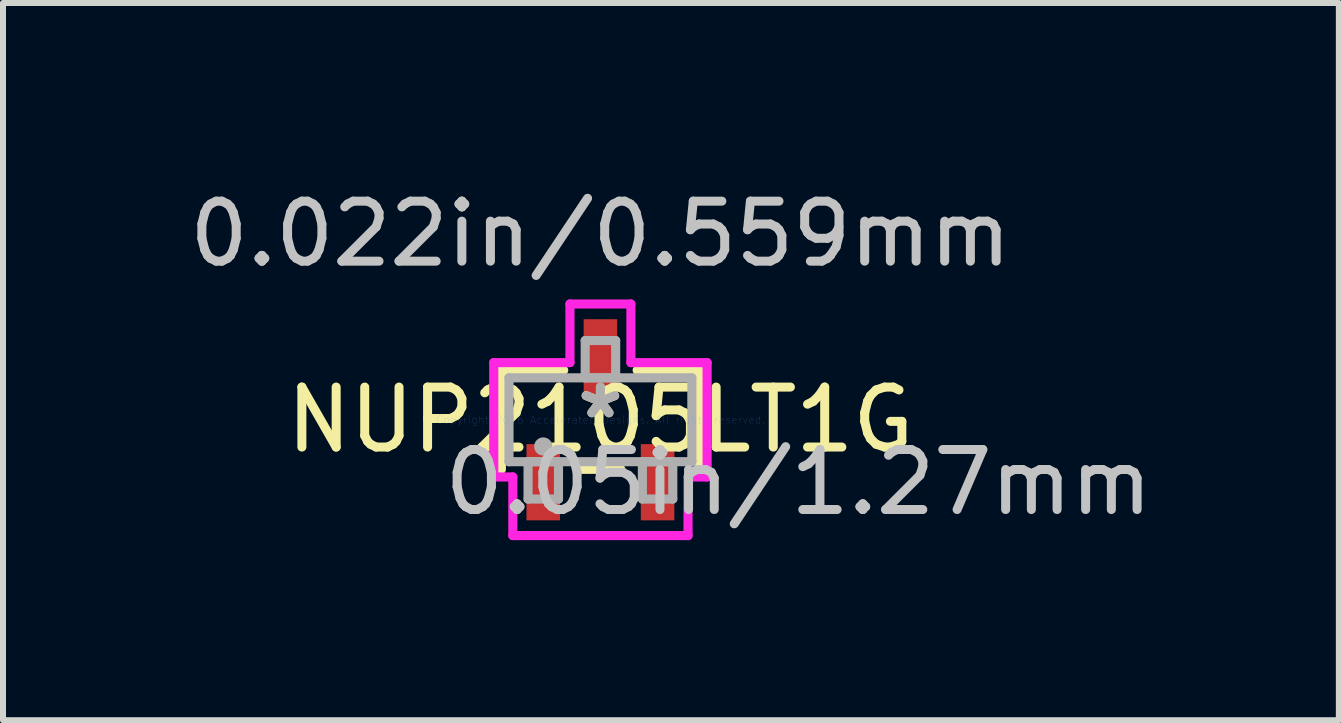
<source format=kicad_pcb>
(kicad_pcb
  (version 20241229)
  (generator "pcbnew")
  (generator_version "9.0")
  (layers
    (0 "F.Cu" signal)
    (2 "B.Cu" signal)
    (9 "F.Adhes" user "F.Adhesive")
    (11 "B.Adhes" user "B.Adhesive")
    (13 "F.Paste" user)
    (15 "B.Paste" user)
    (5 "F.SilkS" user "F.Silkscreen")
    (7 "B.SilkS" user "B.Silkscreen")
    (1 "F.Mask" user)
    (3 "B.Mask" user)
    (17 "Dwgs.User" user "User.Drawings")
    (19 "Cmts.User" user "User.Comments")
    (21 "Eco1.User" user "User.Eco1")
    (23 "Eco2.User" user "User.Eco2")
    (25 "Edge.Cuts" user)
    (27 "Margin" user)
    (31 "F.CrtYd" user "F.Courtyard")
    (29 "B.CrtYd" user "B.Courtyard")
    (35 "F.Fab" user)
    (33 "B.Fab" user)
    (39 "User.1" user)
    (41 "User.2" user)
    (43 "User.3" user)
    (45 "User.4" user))
  (footprint "NUP2105LT1G"
    (layer "F.Cu")
    (at 6.958 3.947)
    (property "Reference" "NUP2105LT1G" (at 0 0 0) (layer "F.SilkS") (effects (font (size 1 1) (thickness 0.15))))
    (attr through_hole)
    (fp_line (start -1.651 -0.826) (end -1.651 0.826) (stroke (width 0.152) (type solid)) (layer "F.SilkS"))
    (fp_line (start -0.612 -0.826) (end -1.651 -0.826) (stroke (width 0.152) (type solid)) (layer "F.SilkS"))
    (fp_line (start -0.34 0.826) (end 0.34 0.826) (stroke (width 0.152) (type solid)) (layer "F.SilkS"))
    (fp_line (start 1.651 -0.826) (end 0.612 -0.826) (stroke (width 0.152) (type solid)) (layer "F.SilkS"))
    (fp_line (start 1.651 0.826) (end 1.651 -0.826) (stroke (width 0.152) (type solid)) (layer "F.SilkS"))
    (fp_line (start -1.778 -0.953) (end -0.508 -0.953) (stroke (width 0.152) (type solid)) (layer "F.CrtYd"))
    (fp_line (start -1.778 0.953) (end -1.778 -0.953) (stroke (width 0.152) (type solid)) (layer "F.CrtYd"))
    (fp_line (start -1.46 0.953) (end -1.778 0.953) (stroke (width 0.152) (type solid)) (layer "F.CrtYd"))
    (fp_line (start -1.46 1.93) (end -1.46 0.953) (stroke (width 0.152) (type solid)) (layer "F.CrtYd"))
    (fp_line (start -0.508 -1.93) (end 0.508 -1.93) (stroke (width 0.152) (type solid)) (layer "F.CrtYd"))
    (fp_line (start -0.508 -0.953) (end -0.508 -1.93) (stroke (width 0.152) (type solid)) (layer "F.CrtYd"))
    (fp_line (start 0.508 -1.93) (end 0.508 -0.953) (stroke (width 0.152) (type solid)) (layer "F.CrtYd"))
    (fp_line (start 0.508 -0.953) (end 1.778 -0.953) (stroke (width 0.152) (type solid)) (layer "F.CrtYd"))
    (fp_line (start 1.46 0.953) (end 1.46 1.93) (stroke (width 0.152) (type solid)) (layer "F.CrtYd"))
    (fp_line (start 1.46 1.93) (end -1.46 1.93) (stroke (width 0.152) (type solid)) (layer "F.CrtYd"))
    (fp_line (start 1.778 -0.953) (end 1.778 0.953) (stroke (width 0.152) (type solid)) (layer "F.CrtYd"))
    (fp_line (start 1.778 0.953) (end 1.46 0.953) (stroke (width 0.152) (type solid)) (layer "F.CrtYd"))
    (fp_line (start -1.524 -0.699) (end -1.524 0.699) (stroke (width 0.152) (type solid)) (layer "F.Fab"))
    (fp_line (start -1.524 0.699) (end 1.524 0.699) (stroke (width 0.152) (type solid)) (layer "F.Fab"))
    (fp_line (start -1.206 0.699) (end -1.206 1.321) (stroke (width 0.152) (type solid)) (layer "F.Fab"))
    (fp_line (start -1.206 1.321) (end -0.699 1.321) (stroke (width 0.152) (type solid)) (layer "F.Fab"))
    (fp_line (start -0.699 0.699) (end -1.206 0.699) (stroke (width 0.152) (type solid)) (layer "F.Fab"))
    (fp_line (start -0.699 1.321) (end -0.699 0.699) (stroke (width 0.152) (type solid)) (layer "F.Fab"))
    (fp_line (start -0.254 -1.321) (end -0.254 -0.699) (stroke (width 0.152) (type solid)) (layer "F.Fab"))
    (fp_line (start -0.254 -0.699) (end 0.254 -0.699) (stroke (width 0.152) (type solid)) (layer "F.Fab"))
    (fp_line (start 0.254 -1.321) (end -0.254 -1.321) (stroke (width 0.152) (type solid)) (layer "F.Fab"))
    (fp_line (start 0.254 -0.699) (end 0.254 -1.321) (stroke (width 0.152) (type solid)) (layer "F.Fab"))
    (fp_line (start 0.699 0.699) (end 0.699 1.321) (stroke (width 0.152) (type solid)) (layer "F.Fab"))
    (fp_line (start 0.699 1.321) (end 1.206 1.321) (stroke (width 0.152) (type solid)) (layer "F.Fab"))
    (fp_line (start 1.206 0.699) (end 0.699 0.699) (stroke (width 0.152) (type solid)) (layer "F.Fab"))
    (fp_line (start 1.206 1.321) (end 1.206 0.699) (stroke (width 0.152) (type solid)) (layer "F.Fab"))
    (fp_line (start 1.524 -0.699) (end -1.524 -0.699) (stroke (width 0.152) (type solid)) (layer "F.Fab"))
    (fp_line (start 1.524 0.699) (end 1.524 -0.699) (stroke (width 0.152) (type solid)) (layer "F.Fab"))
    (fp_circle (center -0.953 0.445) (end -0.953 0.445) (stroke (width 0.152) (type solid)) (fill no) (layer "F.Fab"))
    (fp_text user "*" (at 0 0 0) (layer "F.SilkS") (effects (font (size 1 1) (thickness 0.15))))
    (fp_text user "0.05in/1.27mm" (at 3.302 1.041 0) (layer "Dwgs.User") (effects (font (size 1 1) (thickness 0.15))))
    (fp_text user "0.022in/0.559mm" (at 0 -3.099 0) (layer "Dwgs.User") (effects (font (size 1 1) (thickness 0.15))))
    (fp_text user "Copyright 2016 Accelerated Designs. All rights reserved." (at 0 0 0) (layer "Cmts.User") (effects (font (size 0.127 0.127) (thickness 0.002))))
    (fp_text user "*" (at 0 0 0) (layer "F.Fab") (effects (font (size 1 1) (thickness 0.15))))
    (pad "1" smd rect (at -0.953 1.041) (size 0.559 1.27) (layers "F.Cu" "F.Mask" "F.Paste"))
    (pad "2" smd rect (at 0.953 1.041) (size 0.559 1.27) (layers "F.Cu" "F.Mask" "F.Paste"))
    (pad "3" smd rect (at 0 -1.041) (size 0.559 1.27) (layers "F.Cu" "F.Mask" "F.Paste")))
  (gr_rect
    (start -3 -3)
    (end 19.266 8.954)
    (stroke (width 0.1) (type default))
    (fill no)
    (layer "Edge.Cuts")))
</source>
